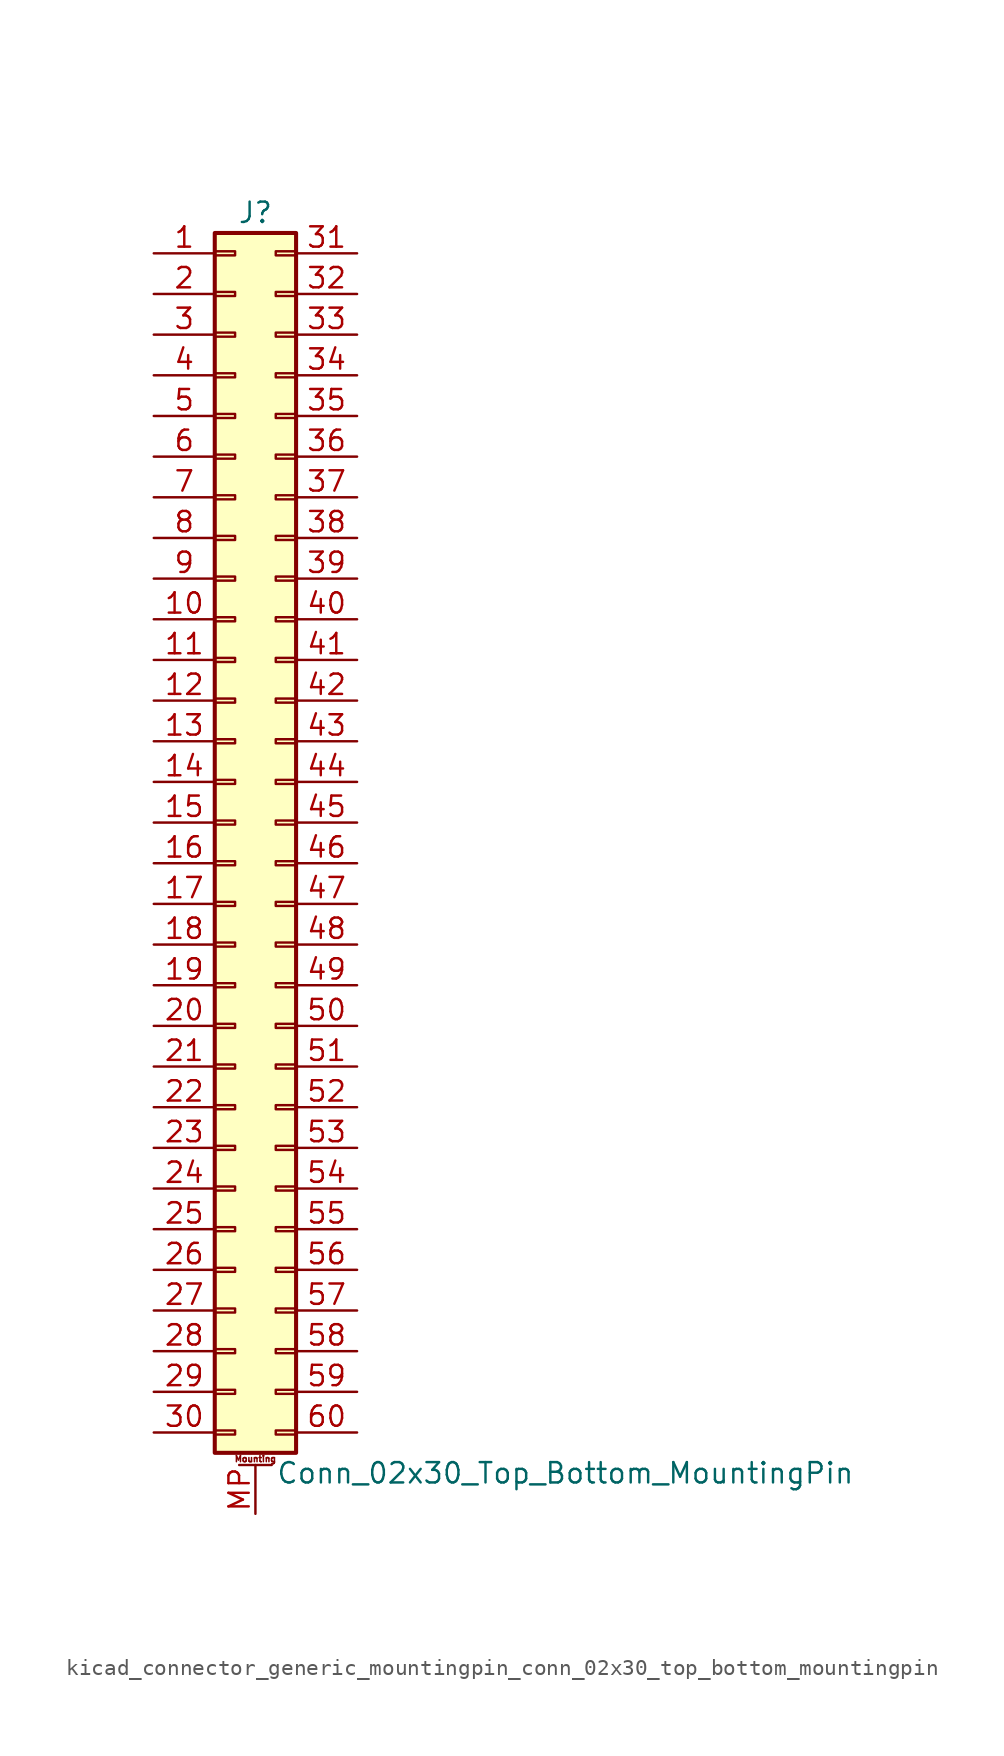
<source format=kicad_sym>
(kicad_symbol_lib
  (version 20220914)
  (generator kicad_symbol_editor)
  (symbol "kicad_connector_generic_mountingpin_conn_02x30_top_bottom_mountingpin"
    (pin_names
      (offset 1.016) hide)
    (property "Reference" "J"
      (at 1.27 38.1 0)
      (effects (font (size 1.27 1.27))))
    (property "Value" "Conn_02x30_Top_Bottom_MountingPin"
      (at 2.54 -40.64 0)
      (effects (font (size 1.27 1.27)) (justify left)))
    (symbol "kicad_connector_generic_mountingpin_conn_02x30_top_bottom_mountingpin_1_1"
      (rectangle (start -1.27 -37.973) (end 0 -38.227) (stroke (width 0.152) (type default)) (fill (type none)))
      (rectangle (start -1.27 -35.433) (end 0 -35.687) (stroke (width 0.152) (type default)) (fill (type none)))
      (rectangle (start -1.27 -32.893) (end 0 -33.147) (stroke (width 0.152) (type default)) (fill (type none)))
      (rectangle (start -1.27 -30.353) (end 0 -30.607) (stroke (width 0.152) (type default)) (fill (type none)))
      (rectangle (start -1.27 -27.813) (end 0 -28.067) (stroke (width 0.152) (type default)) (fill (type none)))
      (rectangle (start -1.27 -25.273) (end 0 -25.527) (stroke (width 0.152) (type default)) (fill (type none)))
      (rectangle (start -1.27 -22.733) (end 0 -22.987) (stroke (width 0.152) (type default)) (fill (type none)))
      (rectangle (start -1.27 -20.193) (end 0 -20.447) (stroke (width 0.152) (type default)) (fill (type none)))
      (rectangle (start -1.27 -17.653) (end 0 -17.907) (stroke (width 0.152) (type default)) (fill (type none)))
      (rectangle (start -1.27 -15.113) (end 0 -15.367) (stroke (width 0.152) (type default)) (fill (type none)))
      (rectangle (start -1.27 -12.573) (end 0 -12.827) (stroke (width 0.152) (type default)) (fill (type none)))
      (rectangle (start -1.27 -10.033) (end 0 -10.287) (stroke (width 0.152) (type default)) (fill (type none)))
      (rectangle (start -1.27 -7.493) (end 0 -7.747) (stroke (width 0.152) (type default)) (fill (type none)))
      (rectangle (start -1.27 -4.953) (end 0 -5.207) (stroke (width 0.152) (type default)) (fill (type none)))
      (rectangle (start -1.27 -2.413) (end 0 -2.667) (stroke (width 0.152) (type default)) (fill (type none)))
      (rectangle (start -1.27 0.127) (end 0 -0.127) (stroke (width 0.152) (type default)) (fill (type none)))
      (rectangle (start -1.27 2.667) (end 0 2.413) (stroke (width 0.152) (type default)) (fill (type none)))
      (rectangle (start -1.27 5.207) (end 0 4.953) (stroke (width 0.152) (type default)) (fill (type none)))
      (rectangle (start -1.27 7.747) (end 0 7.493) (stroke (width 0.152) (type default)) (fill (type none)))
      (rectangle (start -1.27 10.287) (end 0 10.033) (stroke (width 0.152) (type default)) (fill (type none)))
      (rectangle (start -1.27 12.827) (end 0 12.573) (stroke (width 0.152) (type default)) (fill (type none)))
      (rectangle (start -1.27 15.367) (end 0 15.113) (stroke (width 0.152) (type default)) (fill (type none)))
      (rectangle (start -1.27 17.907) (end 0 17.653) (stroke (width 0.152) (type default)) (fill (type none)))
      (rectangle (start -1.27 20.447) (end 0 20.193) (stroke (width 0.152) (type default)) (fill (type none)))
      (rectangle (start -1.27 22.987) (end 0 22.733) (stroke (width 0.152) (type default)) (fill (type none)))
      (rectangle (start -1.27 25.527) (end 0 25.273) (stroke (width 0.152) (type default)) (fill (type none)))
      (rectangle (start -1.27 28.067) (end 0 27.813) (stroke (width 0.152) (type default)) (fill (type none)))
      (rectangle (start -1.27 30.607) (end 0 30.353) (stroke (width 0.152) (type default)) (fill (type none)))
      (rectangle (start -1.27 33.147) (end 0 32.893) (stroke (width 0.152) (type default)) (fill (type none)))
      (rectangle (start -1.27 35.687) (end 0 35.433) (stroke (width 0.152) (type default)) (fill (type none)))
      (rectangle (start -1.27 36.83) (end 3.81 -39.37) (stroke (width 0.254) (type default)) (fill (type background)))
      (polyline (pts (xy 0.254 -40.132) (xy 2.286 -40.132)) (stroke (width 0.152) (type default)) (fill (type none)))
      (rectangle (start 3.81 -37.973) (end 2.54 -38.227) (stroke (width 0.152) (type default)) (fill (type none)))
      (rectangle (start 3.81 -35.433) (end 2.54 -35.687) (stroke (width 0.152) (type default)) (fill (type none)))
      (rectangle (start 3.81 -32.893) (end 2.54 -33.147) (stroke (width 0.152) (type default)) (fill (type none)))
      (rectangle (start 3.81 -30.353) (end 2.54 -30.607) (stroke (width 0.152) (type default)) (fill (type none)))
      (rectangle (start 3.81 -27.813) (end 2.54 -28.067) (stroke (width 0.152) (type default)) (fill (type none)))
      (rectangle (start 3.81 -25.273) (end 2.54 -25.527) (stroke (width 0.152) (type default)) (fill (type none)))
      (rectangle (start 3.81 -22.733) (end 2.54 -22.987) (stroke (width 0.152) (type default)) (fill (type none)))
      (rectangle (start 3.81 -20.193) (end 2.54 -20.447) (stroke (width 0.152) (type default)) (fill (type none)))
      (rectangle (start 3.81 -17.653) (end 2.54 -17.907) (stroke (width 0.152) (type default)) (fill (type none)))
      (rectangle (start 3.81 -15.113) (end 2.54 -15.367) (stroke (width 0.152) (type default)) (fill (type none)))
      (rectangle (start 3.81 -12.573) (end 2.54 -12.827) (stroke (width 0.152) (type default)) (fill (type none)))
      (rectangle (start 3.81 -10.033) (end 2.54 -10.287) (stroke (width 0.152) (type default)) (fill (type none)))
      (rectangle (start 3.81 -7.493) (end 2.54 -7.747) (stroke (width 0.152) (type default)) (fill (type none)))
      (rectangle (start 3.81 -4.953) (end 2.54 -5.207) (stroke (width 0.152) (type default)) (fill (type none)))
      (rectangle (start 3.81 -2.413) (end 2.54 -2.667) (stroke (width 0.152) (type default)) (fill (type none)))
      (rectangle (start 3.81 0.127) (end 2.54 -0.127) (stroke (width 0.152) (type default)) (fill (type none)))
      (rectangle (start 3.81 2.667) (end 2.54 2.413) (stroke (width 0.152) (type default)) (fill (type none)))
      (rectangle (start 3.81 5.207) (end 2.54 4.953) (stroke (width 0.152) (type default)) (fill (type none)))
      (rectangle (start 3.81 7.747) (end 2.54 7.493) (stroke (width 0.152) (type default)) (fill (type none)))
      (rectangle (start 3.81 10.287) (end 2.54 10.033) (stroke (width 0.152) (type default)) (fill (type none)))
      (rectangle (start 3.81 12.827) (end 2.54 12.573) (stroke (width 0.152) (type default)) (fill (type none)))
      (rectangle (start 3.81 15.367) (end 2.54 15.113) (stroke (width 0.152) (type default)) (fill (type none)))
      (rectangle (start 3.81 17.907) (end 2.54 17.653) (stroke (width 0.152) (type default)) (fill (type none)))
      (rectangle (start 3.81 20.447) (end 2.54 20.193) (stroke (width 0.152) (type default)) (fill (type none)))
      (rectangle (start 3.81 22.987) (end 2.54 22.733) (stroke (width 0.152) (type default)) (fill (type none)))
      (rectangle (start 3.81 25.527) (end 2.54 25.273) (stroke (width 0.152) (type default)) (fill (type none)))
      (rectangle (start 3.81 28.067) (end 2.54 27.813) (stroke (width 0.152) (type default)) (fill (type none)))
      (rectangle (start 3.81 30.607) (end 2.54 30.353) (stroke (width 0.152) (type default)) (fill (type none)))
      (rectangle (start 3.81 33.147) (end 2.54 32.893) (stroke (width 0.152) (type default)) (fill (type none)))
      (rectangle (start 3.81 35.687) (end 2.54 35.433) (stroke (width 0.152) (type default)) (fill (type none)))
      (text "Mounting" (at 1.27 -39.751 0) (effects (font (size 0.381 0.381))))
      (pin passive line (at -5.08 35.56 0) (length 3.81) (name "Pin_1" (effects (font (size 1.27 1.27)))) (number "1" (effects (font (size 1.27 1.27)))))
      (pin passive line (at -5.08 12.7 0) (length 3.81) (name "Pin_10" (effects (font (size 1.27 1.27)))) (number "10" (effects (font (size 1.27 1.27)))))
      (pin passive line (at -5.08 10.16 0) (length 3.81) (name "Pin_11" (effects (font (size 1.27 1.27)))) (number "11" (effects (font (size 1.27 1.27)))))
      (pin passive line (at -5.08 7.62 0) (length 3.81) (name "Pin_12" (effects (font (size 1.27 1.27)))) (number "12" (effects (font (size 1.27 1.27)))))
      (pin passive line (at -5.08 5.08 0) (length 3.81) (name "Pin_13" (effects (font (size 1.27 1.27)))) (number "13" (effects (font (size 1.27 1.27)))))
      (pin passive line (at -5.08 2.54 0) (length 3.81) (name "Pin_14" (effects (font (size 1.27 1.27)))) (number "14" (effects (font (size 1.27 1.27)))))
      (pin passive line (at -5.08 0 0) (length 3.81) (name "Pin_15" (effects (font (size 1.27 1.27)))) (number "15" (effects (font (size 1.27 1.27)))))
      (pin passive line (at -5.08 -2.54 0) (length 3.81) (name "Pin_16" (effects (font (size 1.27 1.27)))) (number "16" (effects (font (size 1.27 1.27)))))
      (pin passive line (at -5.08 -5.08 0) (length 3.81) (name "Pin_17" (effects (font (size 1.27 1.27)))) (number "17" (effects (font (size 1.27 1.27)))))
      (pin passive line (at -5.08 -7.62 0) (length 3.81) (name "Pin_18" (effects (font (size 1.27 1.27)))) (number "18" (effects (font (size 1.27 1.27)))))
      (pin passive line (at -5.08 -10.16 0) (length 3.81) (name "Pin_19" (effects (font (size 1.27 1.27)))) (number "19" (effects (font (size 1.27 1.27)))))
      (pin passive line (at -5.08 33.02 0) (length 3.81) (name "Pin_2" (effects (font (size 1.27 1.27)))) (number "2" (effects (font (size 1.27 1.27)))))
      (pin passive line (at -5.08 -12.7 0) (length 3.81) (name "Pin_20" (effects (font (size 1.27 1.27)))) (number "20" (effects (font (size 1.27 1.27)))))
      (pin passive line (at -5.08 -15.24 0) (length 3.81) (name "Pin_21" (effects (font (size 1.27 1.27)))) (number "21" (effects (font (size 1.27 1.27)))))
      (pin passive line (at -5.08 -17.78 0) (length 3.81) (name "Pin_22" (effects (font (size 1.27 1.27)))) (number "22" (effects (font (size 1.27 1.27)))))
      (pin passive line (at -5.08 -20.32 0) (length 3.81) (name "Pin_23" (effects (font (size 1.27 1.27)))) (number "23" (effects (font (size 1.27 1.27)))))
      (pin passive line (at -5.08 -22.86 0) (length 3.81) (name "Pin_24" (effects (font (size 1.27 1.27)))) (number "24" (effects (font (size 1.27 1.27)))))
      (pin passive line (at -5.08 -25.4 0) (length 3.81) (name "Pin_25" (effects (font (size 1.27 1.27)))) (number "25" (effects (font (size 1.27 1.27)))))
      (pin passive line (at -5.08 -27.94 0) (length 3.81) (name "Pin_26" (effects (font (size 1.27 1.27)))) (number "26" (effects (font (size 1.27 1.27)))))
      (pin passive line (at -5.08 -30.48 0) (length 3.81) (name "Pin_27" (effects (font (size 1.27 1.27)))) (number "27" (effects (font (size 1.27 1.27)))))
      (pin passive line (at -5.08 -33.02 0) (length 3.81) (name "Pin_28" (effects (font (size 1.27 1.27)))) (number "28" (effects (font (size 1.27 1.27)))))
      (pin passive line (at -5.08 -35.56 0) (length 3.81) (name "Pin_29" (effects (font (size 1.27 1.27)))) (number "29" (effects (font (size 1.27 1.27)))))
      (pin passive line (at -5.08 30.48 0) (length 3.81) (name "Pin_3" (effects (font (size 1.27 1.27)))) (number "3" (effects (font (size 1.27 1.27)))))
      (pin passive line (at -5.08 -38.1 0) (length 3.81) (name "Pin_30" (effects (font (size 1.27 1.27)))) (number "30" (effects (font (size 1.27 1.27)))))
      (pin passive line (at 7.62 35.56 180) (length 3.81) (name "Pin_31" (effects (font (size 1.27 1.27)))) (number "31" (effects (font (size 1.27 1.27)))))
      (pin passive line (at 7.62 33.02 180) (length 3.81) (name "Pin_32" (effects (font (size 1.27 1.27)))) (number "32" (effects (font (size 1.27 1.27)))))
      (pin passive line (at 7.62 30.48 180) (length 3.81) (name "Pin_33" (effects (font (size 1.27 1.27)))) (number "33" (effects (font (size 1.27 1.27)))))
      (pin passive line (at 7.62 27.94 180) (length 3.81) (name "Pin_34" (effects (font (size 1.27 1.27)))) (number "34" (effects (font (size 1.27 1.27)))))
      (pin passive line (at 7.62 25.4 180) (length 3.81) (name "Pin_35" (effects (font (size 1.27 1.27)))) (number "35" (effects (font (size 1.27 1.27)))))
      (pin passive line (at 7.62 22.86 180) (length 3.81) (name "Pin_36" (effects (font (size 1.27 1.27)))) (number "36" (effects (font (size 1.27 1.27)))))
      (pin passive line (at 7.62 20.32 180) (length 3.81) (name "Pin_37" (effects (font (size 1.27 1.27)))) (number "37" (effects (font (size 1.27 1.27)))))
      (pin passive line (at 7.62 17.78 180) (length 3.81) (name "Pin_38" (effects (font (size 1.27 1.27)))) (number "38" (effects (font (size 1.27 1.27)))))
      (pin passive line (at 7.62 15.24 180) (length 3.81) (name "Pin_39" (effects (font (size 1.27 1.27)))) (number "39" (effects (font (size 1.27 1.27)))))
      (pin passive line (at -5.08 27.94 0) (length 3.81) (name "Pin_4" (effects (font (size 1.27 1.27)))) (number "4" (effects (font (size 1.27 1.27)))))
      (pin passive line (at 7.62 12.7 180) (length 3.81) (name "Pin_40" (effects (font (size 1.27 1.27)))) (number "40" (effects (font (size 1.27 1.27)))))
      (pin passive line (at 7.62 10.16 180) (length 3.81) (name "Pin_41" (effects (font (size 1.27 1.27)))) (number "41" (effects (font (size 1.27 1.27)))))
      (pin passive line (at 7.62 7.62 180) (length 3.81) (name "Pin_42" (effects (font (size 1.27 1.27)))) (number "42" (effects (font (size 1.27 1.27)))))
      (pin passive line (at 7.62 5.08 180) (length 3.81) (name "Pin_43" (effects (font (size 1.27 1.27)))) (number "43" (effects (font (size 1.27 1.27)))))
      (pin passive line (at 7.62 2.54 180) (length 3.81) (name "Pin_44" (effects (font (size 1.27 1.27)))) (number "44" (effects (font (size 1.27 1.27)))))
      (pin passive line (at 7.62 0 180) (length 3.81) (name "Pin_45" (effects (font (size 1.27 1.27)))) (number "45" (effects (font (size 1.27 1.27)))))
      (pin passive line (at 7.62 -2.54 180) (length 3.81) (name "Pin_46" (effects (font (size 1.27 1.27)))) (number "46" (effects (font (size 1.27 1.27)))))
      (pin passive line (at 7.62 -5.08 180) (length 3.81) (name "Pin_47" (effects (font (size 1.27 1.27)))) (number "47" (effects (font (size 1.27 1.27)))))
      (pin passive line (at 7.62 -7.62 180) (length 3.81) (name "Pin_48" (effects (font (size 1.27 1.27)))) (number "48" (effects (font (size 1.27 1.27)))))
      (pin passive line (at 7.62 -10.16 180) (length 3.81) (name "Pin_49" (effects (font (size 1.27 1.27)))) (number "49" (effects (font (size 1.27 1.27)))))
      (pin passive line (at -5.08 25.4 0) (length 3.81) (name "Pin_5" (effects (font (size 1.27 1.27)))) (number "5" (effects (font (size 1.27 1.27)))))
      (pin passive line (at 7.62 -12.7 180) (length 3.81) (name "Pin_50" (effects (font (size 1.27 1.27)))) (number "50" (effects (font (size 1.27 1.27)))))
      (pin passive line (at 7.62 -15.24 180) (length 3.81) (name "Pin_51" (effects (font (size 1.27 1.27)))) (number "51" (effects (font (size 1.27 1.27)))))
      (pin passive line (at 7.62 -17.78 180) (length 3.81) (name "Pin_52" (effects (font (size 1.27 1.27)))) (number "52" (effects (font (size 1.27 1.27)))))
      (pin passive line (at 7.62 -20.32 180) (length 3.81) (name "Pin_53" (effects (font (size 1.27 1.27)))) (number "53" (effects (font (size 1.27 1.27)))))
      (pin passive line (at 7.62 -22.86 180) (length 3.81) (name "Pin_54" (effects (font (size 1.27 1.27)))) (number "54" (effects (font (size 1.27 1.27)))))
      (pin passive line (at 7.62 -25.4 180) (length 3.81) (name "Pin_55" (effects (font (size 1.27 1.27)))) (number "55" (effects (font (size 1.27 1.27)))))
      (pin passive line (at 7.62 -27.94 180) (length 3.81) (name "Pin_56" (effects (font (size 1.27 1.27)))) (number "56" (effects (font (size 1.27 1.27)))))
      (pin passive line (at 7.62 -30.48 180) (length 3.81) (name "Pin_57" (effects (font (size 1.27 1.27)))) (number "57" (effects (font (size 1.27 1.27)))))
      (pin passive line (at 7.62 -33.02 180) (length 3.81) (name "Pin_58" (effects (font (size 1.27 1.27)))) (number "58" (effects (font (size 1.27 1.27)))))
      (pin passive line (at 7.62 -35.56 180) (length 3.81) (name "Pin_59" (effects (font (size 1.27 1.27)))) (number "59" (effects (font (size 1.27 1.27)))))
      (pin passive line (at -5.08 22.86 0) (length 3.81) (name "Pin_6" (effects (font (size 1.27 1.27)))) (number "6" (effects (font (size 1.27 1.27)))))
      (pin passive line (at 7.62 -38.1 180) (length 3.81) (name "Pin_60" (effects (font (size 1.27 1.27)))) (number "60" (effects (font (size 1.27 1.27)))))
      (pin passive line (at -5.08 20.32 0) (length 3.81) (name "Pin_7" (effects (font (size 1.27 1.27)))) (number "7" (effects (font (size 1.27 1.27)))))
      (pin passive line (at -5.08 17.78 0) (length 3.81) (name "Pin_8" (effects (font (size 1.27 1.27)))) (number "8" (effects (font (size 1.27 1.27)))))
      (pin passive line (at -5.08 15.24 0) (length 3.81) (name "Pin_9" (effects (font (size 1.27 1.27)))) (number "9" (effects (font (size 1.27 1.27)))))
      (pin passive line (at 1.27 -43.18 90) (length 3.048) (name "MountPin" (effects (font (size 1.27 1.27)))) (number "MP" (effects (font (size 1.27 1.27))))))))
</source>
